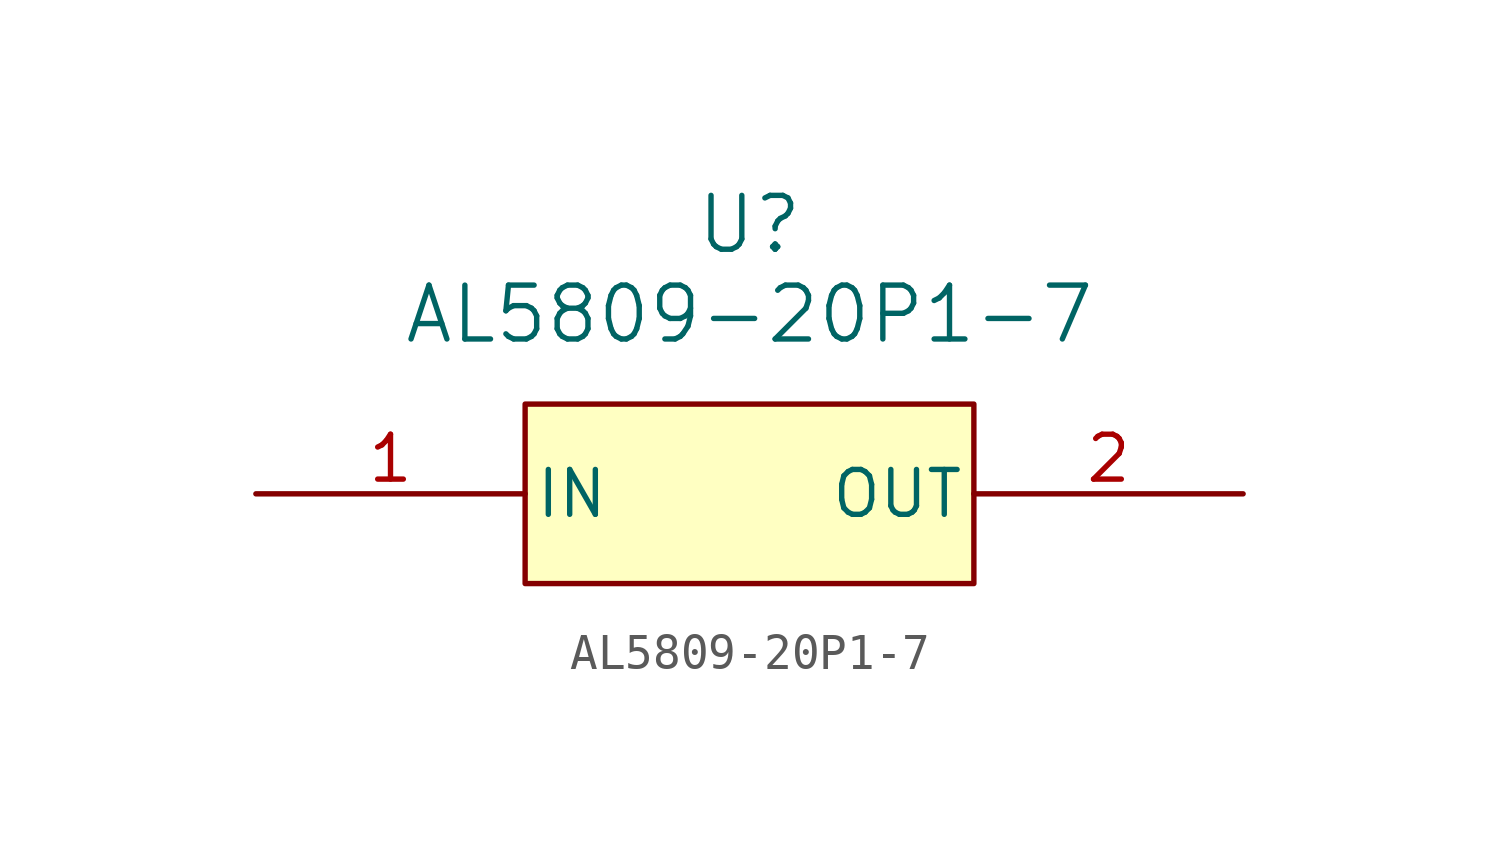
<source format=kicad_sym>
(kicad_symbol_lib
  (version 20220914)
  (generator kicad_symbol_editor)
  (symbol "AL5809-20P1-7"
    (pin_names
      (offset 0.254))
    (property "Reference" "U"
      (at 19.05 10.16 0)
      (effects (font (size 1.524 1.524))))
    (property "Value" "AL5809-20P1-7"
      (at 19.05 7.62 0)
      (effects (font (size 1.524 1.524))))
    (property "ki_locked" ""
      (at 0 0 0)
      (effects (font (size 1.27 1.27))))
    (symbol "AL5809-20P1-7_0_1"
      (pin input line (at 5.08 2.54 0) (length 7.62) (name "IN" (effects (font (size 1.27 1.27)))) (number "1" (effects (font (size 1.27 1.27)))))
      (pin output line (at 33.02 2.54 180) (length 7.62) (name "OUT" (effects (font (size 1.27 1.27)))) (number "2" (effects (font (size 1.27 1.27))))))
    (symbol "AL5809-20P1-7_1_1"
      (rectangle (start 12.7 5.08) (end 25.4 0) (stroke (width 0) (type default)) (fill (type background))))))
</source>
